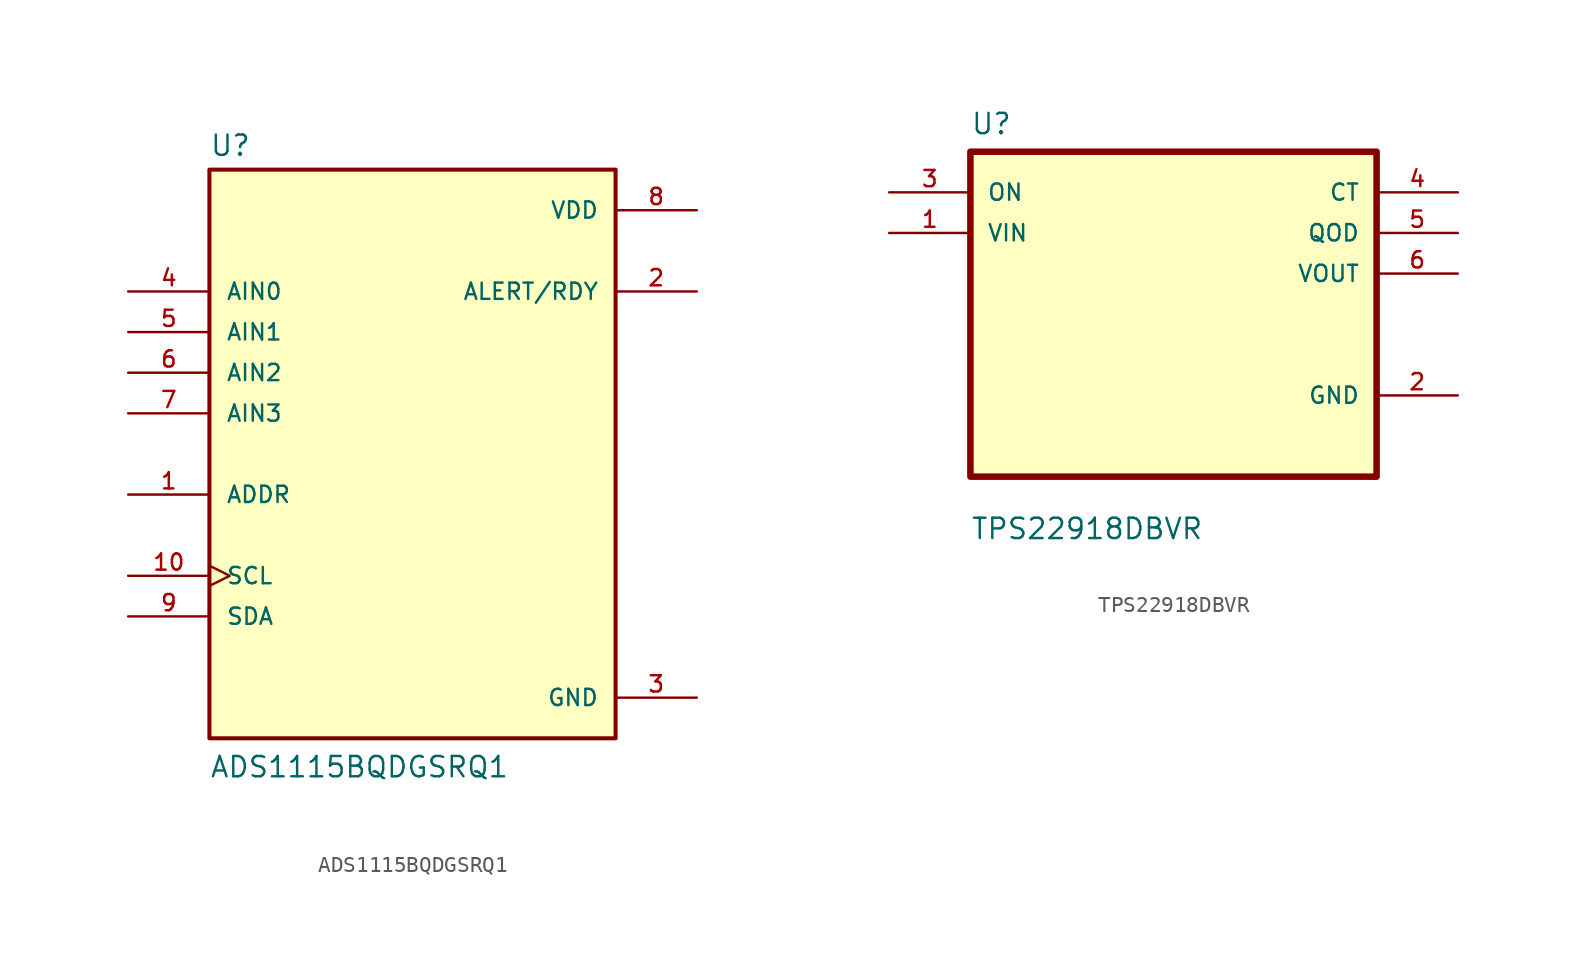
<source format=kicad_sym>
(kicad_symbol_lib
  (version 20220914)
  (generator kicad_symbol_editor)
  (symbol "ADS1115BQDGSRQ1"
    (pin_names
      (offset 1.016))
    (property "Reference" "U"
      (at -12.7 18.542 0)
      (effects (font (size 1.27 1.27)) (justify left bottom)))
    (property "Value" "ADS1115BQDGSRQ1"
      (at -12.7 -20.32 0)
      (effects (font (size 1.27 1.27)) (justify left bottom)))
    (symbol "ADS1115BQDGSRQ1_0_0"
      (rectangle (start -12.7 -17.78) (end 12.7 17.78) (stroke (width 0.254) (type default)) (fill (type background)))
      (pin input line (at -17.78 -2.54 0) (length 5.08) (name "ADDR" (effects (font (size 1.016 1.016)))) (number "1" (effects (font (size 1.016 1.016)))))
      (pin input clock (at -17.78 -7.62 0) (length 5.08) (name "SCL" (effects (font (size 1.016 1.016)))) (number "10" (effects (font (size 1.016 1.016)))))
      (pin output line (at 17.78 10.16 180) (length 5.08) (name "ALERT/RDY" (effects (font (size 1.016 1.016)))) (number "2" (effects (font (size 1.016 1.016)))))
      (pin power_in line (at 17.78 -15.24 180) (length 5.08) (name "GND" (effects (font (size 1.016 1.016)))) (number "3" (effects (font (size 1.016 1.016)))))
      (pin input line (at -17.78 10.16 0) (length 5.08) (name "AIN0" (effects (font (size 1.016 1.016)))) (number "4" (effects (font (size 1.016 1.016)))))
      (pin input line (at -17.78 7.62 0) (length 5.08) (name "AIN1" (effects (font (size 1.016 1.016)))) (number "5" (effects (font (size 1.016 1.016)))))
      (pin input line (at -17.78 5.08 0) (length 5.08) (name "AIN2" (effects (font (size 1.016 1.016)))) (number "6" (effects (font (size 1.016 1.016)))))
      (pin input line (at -17.78 2.54 0) (length 5.08) (name "AIN3" (effects (font (size 1.016 1.016)))) (number "7" (effects (font (size 1.016 1.016)))))
      (pin power_in line (at 17.78 15.24 180) (length 5.08) (name "VDD" (effects (font (size 1.016 1.016)))) (number "8" (effects (font (size 1.016 1.016)))))
      (pin bidirectional line (at -17.78 -10.16 0) (length 5.08) (name "SDA" (effects (font (size 1.016 1.016)))) (number "9" (effects (font (size 1.016 1.016)))))))
  (symbol "TPS22918DBVR"
    (pin_names
      (offset 1.016))
    (property "Reference" "U"
      (at -12.7 11.16 0)
      (effects (font (size 1.27 1.27)) (justify left bottom)))
    (property "Value" "TPS22918DBVR"
      (at -12.7 -14.16 0)
      (effects (font (size 1.27 1.27)) (justify left bottom)))
    (symbol "TPS22918DBVR_0_0"
      (rectangle (start -12.7 -10.16) (end 12.7 10.16) (stroke (width 0.41) (type default)) (fill (type background)))
      (pin input line (at -17.78 5.08 0) (length 5.08) (name "VIN" (effects (font (size 1.016 1.016)))) (number "1" (effects (font (size 1.016 1.016)))))
      (pin power_in line (at 17.78 -5.08 180) (length 5.08) (name "GND" (effects (font (size 1.016 1.016)))) (number "2" (effects (font (size 1.016 1.016)))))
      (pin input line (at -17.78 7.62 0) (length 5.08) (name "ON" (effects (font (size 1.016 1.016)))) (number "3" (effects (font (size 1.016 1.016)))))
      (pin output line (at 17.78 7.62 180) (length 5.08) (name "CT" (effects (font (size 1.016 1.016)))) (number "4" (effects (font (size 1.016 1.016)))))
      (pin output line (at 17.78 5.08 180) (length 5.08) (name "QOD" (effects (font (size 1.016 1.016)))) (number "5" (effects (font (size 1.016 1.016)))))
      (pin output line (at 17.78 2.54 180) (length 5.08) (name "VOUT" (effects (font (size 1.016 1.016)))) (number "6" (effects (font (size 1.016 1.016))))))))
</source>
